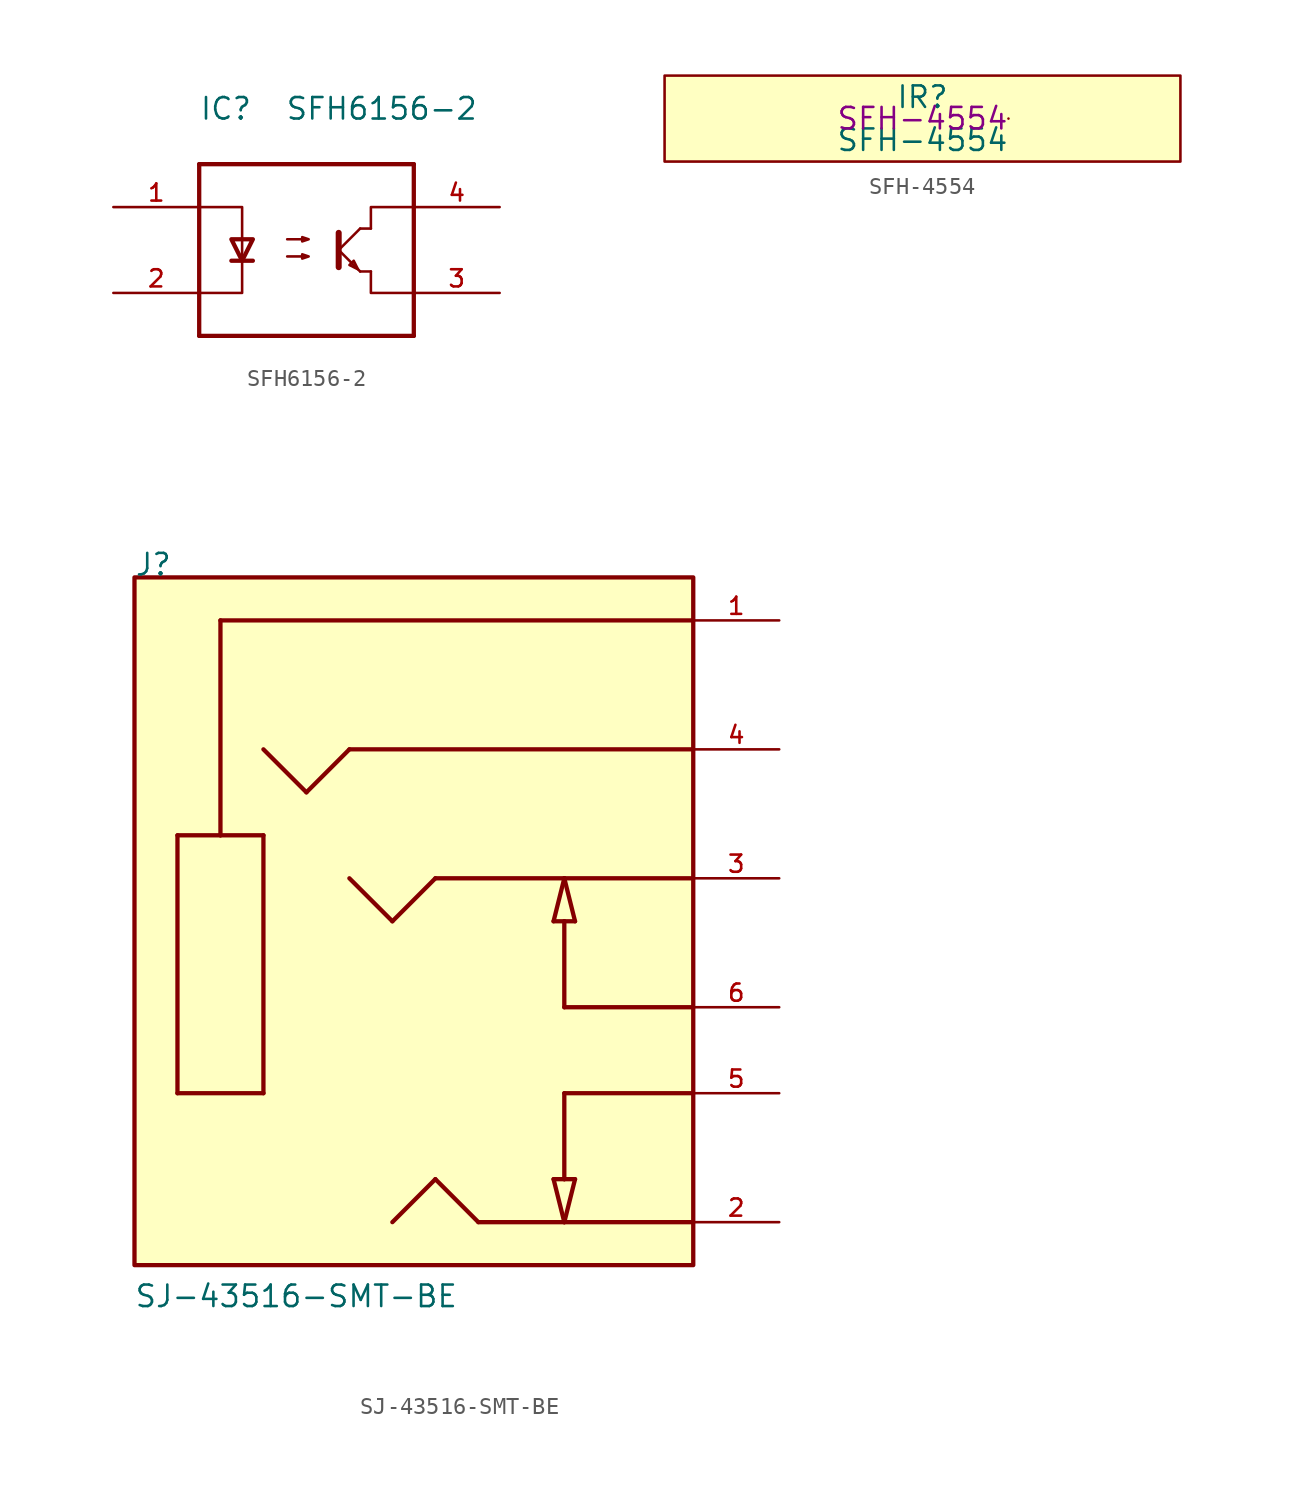
<source format=kicad_sym>
(kicad_symbol_lib
  (version 20220914)
  (generator kicad_symbol_editor)
  (symbol "SFH6156-2"
    (pin_names
      (offset 1.016))
    (property "Reference" "IC"
      (at 0 2.54 0)
      (effects (font (size 1.27 1.27)) (justify left bottom)))
    (property "Value" "SFH6156-2"
      (at 5.08 2.54 0)
      (effects (font (size 1.27 1.27)) (justify left bottom)))
    (symbol "SFH6156-2_0_1"
      (polyline (pts (xy 12.7 -7.62) (xy 10.16 -7.62) (xy 10.16 -6.35)) (stroke (width 0) (type solid)) (fill (type none)))
      (polyline (pts (xy 12.7 -2.54) (xy 10.16 -2.54) (xy 10.16 -3.81)) (stroke (width 0) (type solid)) (fill (type none))))
    (symbol "SFH6156-2_1_0"
      (polyline (pts (xy 0 -10.16) (xy 0 0)) (stroke (width 0.254) (type solid)) (fill (type none)))
      (polyline (pts (xy 0 0) (xy 12.7 0)) (stroke (width 0.254) (type solid)) (fill (type none)))
      (polyline (pts (xy 12.7 -10.16) (xy 0 -10.16)) (stroke (width 0.254) (type solid)) (fill (type none)))
      (polyline (pts (xy 12.7 0) (xy 12.7 -10.16)) (stroke (width 0.254) (type solid)) (fill (type none))))
    (symbol "SFH6156-2_1_1"
      (polyline (pts (xy 1.905 -5.715) (xy 3.175 -5.715)) (stroke (width 0.254) (type solid)) (fill (type none)))
      (polyline (pts (xy 8.255 -4.064) (xy 8.255 -6.096)) (stroke (width 0.356) (type solid)) (fill (type none)))
      (polyline (pts (xy 8.382 -5.207) (xy 9.525 -6.35)) (stroke (width 0) (type solid)) (fill (type none)))
      (polyline (pts (xy 8.382 -4.953) (xy 9.525 -3.81)) (stroke (width 0) (type solid)) (fill (type none)))
      (polyline (pts (xy 10.16 -6.35) (xy 9.525 -6.35)) (stroke (width 0) (type solid)) (fill (type none)))
      (polyline (pts (xy 10.16 -3.81) (xy 9.525 -3.81)) (stroke (width 0) (type solid)) (fill (type none)))
      (polyline (pts (xy 0 -2.54) (xy 2.54 -2.54) (xy 2.54 -7.62) (xy 0 -7.62)) (stroke (width 0) (type solid)) (fill (type none)))
      (polyline (pts (xy 2.54 -5.715) (xy 1.905 -4.445) (xy 3.175 -4.445) (xy 2.54 -5.715)) (stroke (width 0.254) (type solid)) (fill (type none)))
      (polyline (pts (xy 9.398 -6.223) (xy 9.144 -5.715) (xy 8.89 -5.969) (xy 9.398 -6.223)) (stroke (width 0) (type solid)) (fill (type none)))
      (polyline (pts (xy 5.207 -5.461) (xy 6.477 -5.461) (xy 6.096 -5.588) (xy 6.096 -5.334) (xy 6.477 -5.461)) (stroke (width 0) (type solid)) (fill (type none)))
      (polyline (pts (xy 5.207 -4.445) (xy 6.477 -4.445) (xy 6.096 -4.572) (xy 6.096 -4.318) (xy 6.477 -4.445)) (stroke (width 0) (type solid)) (fill (type none)))
      (pin input line (at -5.08 -2.54 0) (length 5.08) (name "~" (effects (font (size 1.016 1.016)))) (number "1" (effects (font (size 1.016 1.016)))))
      (pin input line (at -5.08 -7.62 0) (length 5.08) (name "~" (effects (font (size 1.016 1.016)))) (number "2" (effects (font (size 1.016 1.016)))))
      (pin passive line (at 17.78 -7.62 180) (length 5.08) (name "~" (effects (font (size 1.016 1.016)))) (number "3" (effects (font (size 1.016 1.016)))))
      (pin passive line (at 17.78 -2.54 180) (length 5.08) (name "~" (effects (font (size 1.016 1.016)))) (number "4" (effects (font (size 1.016 1.016)))))))
  (symbol "SFH-4554"
    (pin_names
      (offset 1.016))
    (property "Reference" "IR"
      (at 0 1.27 0)
      (effects (font (size 1.27 1.27))))
    (property "Value" "SFH-4554"
      (at 0 -1.27 0)
      (effects (font (size 1.27 1.27))))
    (property "Mfr. Part Number" "SFH-4554"
      (at 0 0 0)
      (effects (font (size 1.27 1.27))))
    (symbol "SFH-4554_0_1"
      (rectangle (start -15.24 2.54) (end 15.24 -2.54) (stroke (width 0) (type solid)) (fill (type background)))
      (rectangle (start 5.08 0) (end 5.08 0) (stroke (width 0) (type solid)) (fill (type none)))))
  (symbol "SJ-43516-SMT-BE"
    (pin_names
      (offset 1.016))
    (property "Reference" "J"
      (at -17.793 22.877 0)
      (effects (font (size 1.27 1.27)) (justify left bottom)))
    (property "Value" "SJ-43516-SMT-BE"
      (at -17.815 -20.36 0)
      (effects (font (size 1.27 1.27)) (justify left bottom)))
    (symbol "SJ-43516-SMT-BE_0_0"
      (rectangle (start -17.78 -17.78) (end 15.24 22.86) (stroke (width 0.254) (type default)) (fill (type background)))
      (polyline (pts (xy -15.24 -7.62) (xy -10.16 -7.62)) (stroke (width 0.254) (type default)) (fill (type none)))
      (polyline (pts (xy -15.24 7.62) (xy -15.24 -7.62)) (stroke (width 0.254) (type default)) (fill (type none)))
      (polyline (pts (xy -12.7 7.62) (xy -15.24 7.62)) (stroke (width 0.254) (type default)) (fill (type none)))
      (polyline (pts (xy -12.7 7.62) (xy -12.7 20.32)) (stroke (width 0.254) (type default)) (fill (type none)))
      (polyline (pts (xy -12.7 20.32) (xy 15.24 20.32)) (stroke (width 0.254) (type default)) (fill (type none)))
      (polyline (pts (xy -10.16 -7.62) (xy -10.16 7.62)) (stroke (width 0.254) (type default)) (fill (type none)))
      (polyline (pts (xy -10.16 7.62) (xy -12.7 7.62)) (stroke (width 0.254) (type default)) (fill (type none)))
      (polyline (pts (xy -10.16 12.7) (xy -7.62 10.16)) (stroke (width 0.254) (type default)) (fill (type none)))
      (polyline (pts (xy -7.62 10.16) (xy -5.08 12.7)) (stroke (width 0.254) (type default)) (fill (type none)))
      (polyline (pts (xy -5.08 5.08) (xy -2.54 2.54)) (stroke (width 0.254) (type default)) (fill (type none)))
      (polyline (pts (xy -5.08 12.7) (xy 15.24 12.7)) (stroke (width 0.254) (type default)) (fill (type none)))
      (polyline (pts (xy -2.54 -15.24) (xy 0 -12.7)) (stroke (width 0.254) (type default)) (fill (type none)))
      (polyline (pts (xy -2.54 2.54) (xy 0 5.08)) (stroke (width 0.254) (type default)) (fill (type none)))
      (polyline (pts (xy 0 -12.7) (xy 2.54 -15.24)) (stroke (width 0.254) (type default)) (fill (type none)))
      (polyline (pts (xy 0 5.08) (xy 7.62 5.08)) (stroke (width 0.254) (type default)) (fill (type none)))
      (polyline (pts (xy 2.54 -15.24) (xy 7.62 -15.24)) (stroke (width 0.254) (type default)) (fill (type none)))
      (polyline (pts (xy 6.985 -12.7) (xy 7.62 -15.24)) (stroke (width 0.254) (type default)) (fill (type none)))
      (polyline (pts (xy 6.985 2.54) (xy 7.62 5.08)) (stroke (width 0.254) (type default)) (fill (type none)))
      (polyline (pts (xy 7.62 -15.24) (xy 8.255 -12.7)) (stroke (width 0.254) (type default)) (fill (type none)))
      (polyline (pts (xy 7.62 -15.24) (xy 15.24 -15.24)) (stroke (width 0.254) (type default)) (fill (type none)))
      (polyline (pts (xy 7.62 -12.7) (xy 6.985 -12.7)) (stroke (width 0.254) (type default)) (fill (type none)))
      (polyline (pts (xy 7.62 -7.62) (xy 7.62 -12.7)) (stroke (width 0.254) (type default)) (fill (type none)))
      (polyline (pts (xy 7.62 -2.54) (xy 7.62 2.54)) (stroke (width 0.254) (type default)) (fill (type none)))
      (polyline (pts (xy 7.62 2.54) (xy 6.985 2.54)) (stroke (width 0.254) (type default)) (fill (type none)))
      (polyline (pts (xy 7.62 5.08) (xy 8.255 2.54)) (stroke (width 0.254) (type default)) (fill (type none)))
      (polyline (pts (xy 7.62 5.08) (xy 15.24 5.08)) (stroke (width 0.254) (type default)) (fill (type none)))
      (polyline (pts (xy 8.255 -12.7) (xy 7.62 -12.7)) (stroke (width 0.254) (type default)) (fill (type none)))
      (polyline (pts (xy 8.255 2.54) (xy 7.62 2.54)) (stroke (width 0.254) (type default)) (fill (type none)))
      (polyline (pts (xy 15.24 -7.62) (xy 7.62 -7.62)) (stroke (width 0.254) (type default)) (fill (type none)))
      (polyline (pts (xy 15.24 -2.54) (xy 7.62 -2.54)) (stroke (width 0.254) (type default)) (fill (type none)))
      (pin passive line (at 20.32 20.32 180) (length 5.08) (name "~" (effects (font (size 1.016 1.016)))) (number "1" (effects (font (size 1.016 1.016)))))
      (pin passive line (at 20.32 -15.24 180) (length 5.08) (name "~" (effects (font (size 1.016 1.016)))) (number "2" (effects (font (size 1.016 1.016)))))
      (pin passive line (at 20.32 5.08 180) (length 5.08) (name "~" (effects (font (size 1.016 1.016)))) (number "3" (effects (font (size 1.016 1.016)))))
      (pin passive line (at 20.32 12.7 180) (length 5.08) (name "~" (effects (font (size 1.016 1.016)))) (number "4" (effects (font (size 1.016 1.016)))))
      (pin passive line (at 20.32 -7.62 180) (length 5.08) (name "~" (effects (font (size 1.016 1.016)))) (number "5" (effects (font (size 1.016 1.016)))))
      (pin passive line (at 20.32 -2.54 180) (length 5.08) (name "~" (effects (font (size 1.016 1.016)))) (number "6" (effects (font (size 1.016 1.016))))))))
</source>
